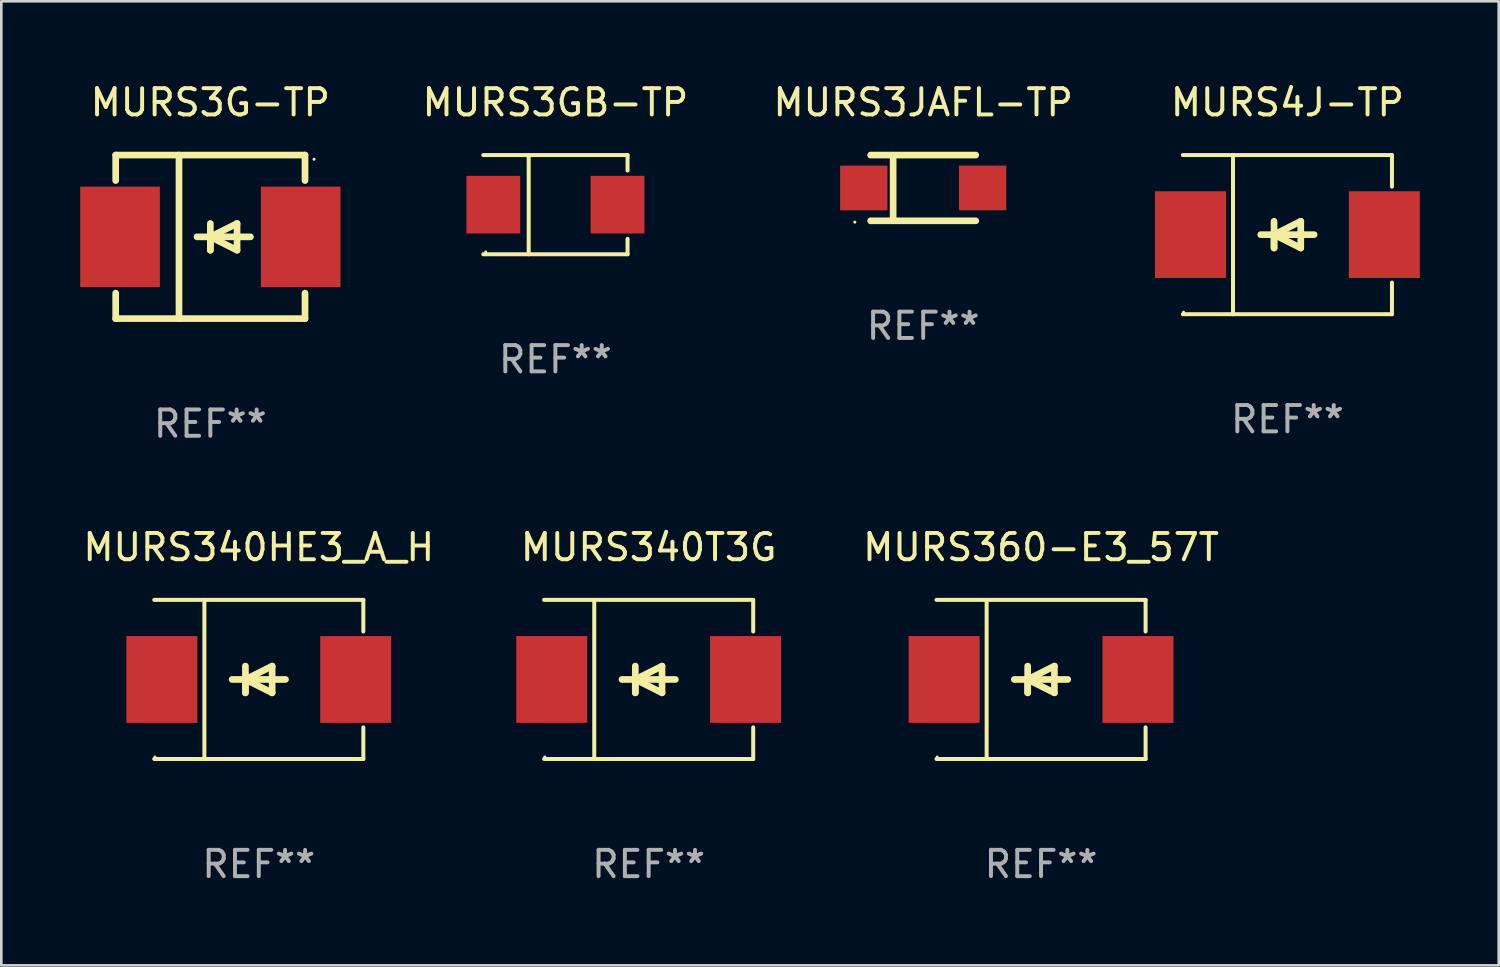
<source format=kicad_pcb>
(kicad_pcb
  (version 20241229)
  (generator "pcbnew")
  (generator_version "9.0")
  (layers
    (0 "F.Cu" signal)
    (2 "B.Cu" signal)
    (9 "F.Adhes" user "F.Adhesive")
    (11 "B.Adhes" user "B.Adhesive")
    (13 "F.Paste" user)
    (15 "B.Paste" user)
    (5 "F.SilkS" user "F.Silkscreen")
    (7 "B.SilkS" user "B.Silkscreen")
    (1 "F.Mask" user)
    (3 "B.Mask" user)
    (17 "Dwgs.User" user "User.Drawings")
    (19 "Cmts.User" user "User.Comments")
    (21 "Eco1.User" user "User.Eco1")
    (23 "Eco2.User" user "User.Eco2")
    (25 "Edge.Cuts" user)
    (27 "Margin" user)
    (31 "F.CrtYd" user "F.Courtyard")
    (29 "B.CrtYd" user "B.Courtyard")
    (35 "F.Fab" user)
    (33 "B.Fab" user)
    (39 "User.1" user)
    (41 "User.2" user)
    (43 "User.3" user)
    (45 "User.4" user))
  (footprint "MURS3JAFL-TP"
    (layer "F.Cu")
    (at 32.061 4.098)
    (property "Reference" "MURS3JAFL-TP" (at 0 -3.25 0) (layer "F.SilkS") (effects (font (size 1 1) (thickness 0.15))))
    (attr through_hole)
    (fp_line (start -1.999 -1.25) (end 1.999 -1.25) (stroke (width 0.254) (type solid)) (layer "F.SilkS"))
    (fp_line (start -1.143 -1.245) (end -1.143 1.245) (stroke (width 0.254) (type solid)) (layer "F.SilkS"))
    (fp_line (start 1.999 1.25) (end -1.999 1.25) (stroke (width 0.254) (type solid)) (layer "F.SilkS"))
    (fp_circle (center -2.6 1.3) (end -2.57 1.3) (stroke (width 0.06) (type solid)) (fill no) (layer "F.SilkS"))
    (fp_text user "REF**" (at 0 5.25 0) (layer "F.Fab") (effects (font (size 1 1) (thickness 0.15))))
    (pad "1" smd rect (at -2.26 0) (size 1.8 1.7) (layers "F.Cu" "F.Mask" "F.Paste"))
    (pad "2" smd rect (at 2.26 0) (size 1.8 1.7) (layers "F.Cu" "F.Mask" "F.Paste")))
  (footprint "MURS340T3G"
    (layer "F.Cu")
    (at 21.62 22.791)
    (property "Reference" "MURS340T3G" (at 0 -5.026 0) (layer "F.SilkS") (effects (font (size 1 1) (thickness 0.15))))
    (attr through_hole)
    (fp_line (start -3.976 -3.026) (end 3.976 -3.026) (stroke (width 0.152) (type solid)) (layer "F.SilkS"))
    (fp_line (start -3.976 3.026) (end 3.976 3.026) (stroke (width 0.152) (type solid)) (layer "F.SilkS"))
    (fp_line (start -2.069 -3.026) (end -2.069 3.026) (stroke (width 0.152) (type solid)) (layer "F.SilkS"))
    (fp_line (start -0.508 0) (end -0.508 0.508) (stroke (width 0.254) (type solid)) (layer "F.SilkS"))
    (fp_line (start -0.508 0) (end 0.508 0.508) (stroke (width 0.254) (type solid)) (layer "F.SilkS"))
    (fp_line (start -0.508 0.508) (end -0.508 -0.508) (stroke (width 0.254) (type solid)) (layer "F.SilkS"))
    (fp_line (start 0.508 -0.508) (end -0.508 0) (stroke (width 0.254) (type solid)) (layer "F.SilkS"))
    (fp_line (start 0.508 0.508) (end 0.508 -0.508) (stroke (width 0.254) (type solid)) (layer "F.SilkS"))
    (fp_line (start 1.016 0) (end -1.016 0) (stroke (width 0.254) (type solid)) (layer "F.SilkS"))
    (fp_line (start 3.976 -3.026) (end 3.976 -1.823) (stroke (width 0.152) (type solid)) (layer "F.SilkS"))
    (fp_line (start 3.976 3.026) (end 3.976 1.823) (stroke (width 0.152) (type solid)) (layer "F.SilkS"))
    (fp_circle (center -3.95 2.95) (end -3.92 2.95) (stroke (width 0.06) (type solid)) (fill no) (layer "F.SilkS"))
    (fp_text user "REF**" (at 0 7.026 0) (layer "F.Fab") (effects (font (size 1 1) (thickness 0.15))))
    (pad "1" smd rect (at -3.686 0) (size 2.7 3.3) (layers "F.Cu" "F.Mask" "F.Paste"))
    (pad "2" smd rect (at 3.686 0) (size 2.7 3.3) (layers "F.Cu" "F.Mask" "F.Paste")))
  (footprint "MURS360-E3_57T"
    (layer "F.Cu")
    (at 36.543 22.791)
    (property "Reference" "MURS360-E3_57T" (at 0 -5.026 0) (layer "F.SilkS") (effects (font (size 1 1) (thickness 0.15))))
    (attr through_hole)
    (fp_line (start -3.976 -3.026) (end 3.976 -3.026) (stroke (width 0.152) (type solid)) (layer "F.SilkS"))
    (fp_line (start -3.976 3.026) (end 3.976 3.026) (stroke (width 0.152) (type solid)) (layer "F.SilkS"))
    (fp_line (start -2.069 -3.026) (end -2.069 3.026) (stroke (width 0.152) (type solid)) (layer "F.SilkS"))
    (fp_line (start -0.508 0) (end -0.508 0.508) (stroke (width 0.254) (type solid)) (layer "F.SilkS"))
    (fp_line (start -0.508 0) (end 0.508 0.508) (stroke (width 0.254) (type solid)) (layer "F.SilkS"))
    (fp_line (start -0.508 0.508) (end -0.508 -0.508) (stroke (width 0.254) (type solid)) (layer "F.SilkS"))
    (fp_line (start 0.508 -0.508) (end -0.508 0) (stroke (width 0.254) (type solid)) (layer "F.SilkS"))
    (fp_line (start 0.508 0.508) (end 0.508 -0.508) (stroke (width 0.254) (type solid)) (layer "F.SilkS"))
    (fp_line (start 1.016 0) (end -1.016 0) (stroke (width 0.254) (type solid)) (layer "F.SilkS"))
    (fp_line (start 3.976 -3.026) (end 3.976 -1.823) (stroke (width 0.152) (type solid)) (layer "F.SilkS"))
    (fp_line (start 3.976 3.026) (end 3.976 1.823) (stroke (width 0.152) (type solid)) (layer "F.SilkS"))
    (fp_circle (center -3.95 2.95) (end -3.92 2.95) (stroke (width 0.06) (type solid)) (fill no) (layer "F.SilkS"))
    (fp_text user "REF**" (at 0 7.026 0) (layer "F.Fab") (effects (font (size 1 1) (thickness 0.15))))
    (pad "1" smd rect (at -3.686 0) (size 2.7 3.3) (layers "F.Cu" "F.Mask" "F.Paste"))
    (pad "2" smd rect (at 3.686 0) (size 2.7 3.3) (layers "F.Cu" "F.Mask" "F.Paste")))
  (footprint "MURS340HE3_A_H"
    (layer "F.Cu")
    (at 6.792 22.791)
    (property "Reference" "MURS340HE3_A_H" (at 0 -5.026 0) (layer "F.SilkS") (effects (font (size 1 1) (thickness 0.15))))
    (attr through_hole)
    (fp_line (start -3.976 -3.026) (end 3.976 -3.026) (stroke (width 0.152) (type solid)) (layer "F.SilkS"))
    (fp_line (start -3.976 3.026) (end 3.976 3.026) (stroke (width 0.152) (type solid)) (layer "F.SilkS"))
    (fp_line (start -2.069 -3.026) (end -2.069 3.026) (stroke (width 0.152) (type solid)) (layer "F.SilkS"))
    (fp_line (start -0.508 0) (end -0.508 0.508) (stroke (width 0.254) (type solid)) (layer "F.SilkS"))
    (fp_line (start -0.508 0) (end 0.508 0.508) (stroke (width 0.254) (type solid)) (layer "F.SilkS"))
    (fp_line (start -0.508 0.508) (end -0.508 -0.508) (stroke (width 0.254) (type solid)) (layer "F.SilkS"))
    (fp_line (start 0.508 -0.508) (end -0.508 0) (stroke (width 0.254) (type solid)) (layer "F.SilkS"))
    (fp_line (start 0.508 0.508) (end 0.508 -0.508) (stroke (width 0.254) (type solid)) (layer "F.SilkS"))
    (fp_line (start 1.016 0) (end -1.016 0) (stroke (width 0.254) (type solid)) (layer "F.SilkS"))
    (fp_line (start 3.976 -3.026) (end 3.976 -1.823) (stroke (width 0.152) (type solid)) (layer "F.SilkS"))
    (fp_line (start 3.976 3.026) (end 3.976 1.823) (stroke (width 0.152) (type solid)) (layer "F.SilkS"))
    (fp_circle (center -3.95 2.95) (end -3.92 2.95) (stroke (width 0.06) (type solid)) (fill no) (layer "F.SilkS"))
    (fp_text user "REF**" (at 0 7.026 0) (layer "F.Fab") (effects (font (size 1 1) (thickness 0.15))))
    (pad "1" smd rect (at -3.686 0) (size 2.7 3.3) (layers "F.Cu" "F.Mask" "F.Paste"))
    (pad "2" smd rect (at 3.686 0) (size 2.7 3.3) (layers "F.Cu" "F.Mask" "F.Paste")))
  (footprint "MURS3G-TP"
    (layer "F.Cu")
    (at 4.95 5.958)
    (property "Reference" "MURS3G-TP" (at 0 -5.11 0) (layer "F.SilkS") (effects (font (size 1 1) (thickness 0.15))))
    (attr through_hole)
    (fp_line (start -3.6 -3.11) (end -3.6 -2.141) (stroke (width 0.254) (type solid)) (layer "F.SilkS"))
    (fp_line (start -3.6 -3.11) (end 3.6 -3.11) (stroke (width 0.254) (type solid)) (layer "F.SilkS"))
    (fp_line (start -3.6 2.141) (end -3.6 3.11) (stroke (width 0.254) (type solid)) (layer "F.SilkS"))
    (fp_line (start -3.6 3.11) (end 3.6 3.11) (stroke (width 0.254) (type solid)) (layer "F.SilkS"))
    (fp_line (start -1.192 -3.11) (end -1.192 3.11) (stroke (width 0.254) (type solid)) (layer "F.SilkS"))
    (fp_line (start 0 0) (end 0 0.508) (stroke (width 0.254) (type solid)) (layer "F.SilkS"))
    (fp_line (start 0 0) (end 1.016 0.508) (stroke (width 0.254) (type solid)) (layer "F.SilkS"))
    (fp_line (start 0 0.508) (end 0 -0.508) (stroke (width 0.254) (type solid)) (layer "F.SilkS"))
    (fp_line (start 1.016 -0.508) (end 0 0) (stroke (width 0.254) (type solid)) (layer "F.SilkS"))
    (fp_line (start 1.016 0.508) (end 1.016 -0.508) (stroke (width 0.254) (type solid)) (layer "F.SilkS"))
    (fp_line (start 1.524 0) (end -0.508 0) (stroke (width 0.254) (type solid)) (layer "F.SilkS"))
    (fp_line (start 3.6 -3.11) (end 3.6 -2.141) (stroke (width 0.254) (type solid)) (layer "F.SilkS"))
    (fp_line (start 3.6 2.141) (end 3.6 3.11) (stroke (width 0.254) (type solid)) (layer "F.SilkS"))
    (fp_circle (center 3.943 -2.952) (end 3.973 -2.952) (stroke (width 0.06) (type solid)) (fill no) (layer "F.SilkS"))
    (fp_text user "REF**" (at 0 7.11 0) (layer "F.Fab") (effects (font (size 1 1) (thickness 0.15))))
    (pad "1" smd rect (at 3.435 0 180) (size 3.03 3.82) (layers "F.Cu" "F.Mask" "F.Paste"))
    (pad "2" smd rect (at -3.435 0 180) (size 3.03 3.82) (layers "F.Cu" "F.Mask" "F.Paste")))
  (footprint "MURS3GB-TP"
    (layer "F.Cu")
    (at 18.073 4.734)
    (property "Reference" "MURS3GB-TP" (at 0 -3.886 0) (layer "F.SilkS") (effects (font (size 1 1) (thickness 0.15))))
    (attr through_hole)
    (fp_line (start -2.744 -1.886) (end 2.744 -1.886) (stroke (width 0.152) (type solid)) (layer "F.SilkS"))
    (fp_line (start -2.744 1.886) (end 2.744 1.886) (stroke (width 0.152) (type solid)) (layer "F.SilkS"))
    (fp_line (start -1.016 -1.886) (end -1.016 1.886) (stroke (width 0.152) (type solid)) (layer "F.SilkS"))
    (fp_line (start 2.744 -1.886) (end 2.744 -1.299) (stroke (width 0.152) (type solid)) (layer "F.SilkS"))
    (fp_line (start 2.744 1.886) (end 2.744 1.299) (stroke (width 0.152) (type solid)) (layer "F.SilkS"))
    (fp_circle (center -2.65 1.8) (end -2.62 1.8) (stroke (width 0.06) (type solid)) (fill no) (layer "F.SilkS"))
    (fp_text user "REF**" (at 0 5.886 0) (layer "F.Fab") (effects (font (size 1 1) (thickness 0.15))))
    (pad "1" smd rect (at -2.361 0) (size 2.047 2.192) (layers "F.Cu" "F.Mask" "F.Paste"))
    (pad "2" smd rect (at 2.361 0) (size 2.047 2.192) (layers "F.Cu" "F.Mask" "F.Paste")))
  (footprint "MURS4J-TP"
    (layer "F.Cu")
    (at 45.913 5.874)
    (property "Reference" "MURS4J-TP" (at 0 -5.026 0) (layer "F.SilkS") (effects (font (size 1 1) (thickness 0.15))))
    (attr through_hole)
    (fp_line (start -3.976 -3.026) (end 3.976 -3.026) (stroke (width 0.152) (type solid)) (layer "F.SilkS"))
    (fp_line (start -3.976 3.026) (end 3.976 3.026) (stroke (width 0.152) (type solid)) (layer "F.SilkS"))
    (fp_line (start -2.069 -3.026) (end -2.069 3.026) (stroke (width 0.152) (type solid)) (layer "F.SilkS"))
    (fp_line (start -0.508 0) (end -0.508 0.508) (stroke (width 0.254) (type solid)) (layer "F.SilkS"))
    (fp_line (start -0.508 0) (end 0.508 0.508) (stroke (width 0.254) (type solid)) (layer "F.SilkS"))
    (fp_line (start -0.508 0.508) (end -0.508 -0.508) (stroke (width 0.254) (type solid)) (layer "F.SilkS"))
    (fp_line (start 0.508 -0.508) (end -0.508 0) (stroke (width 0.254) (type solid)) (layer "F.SilkS"))
    (fp_line (start 0.508 0.508) (end 0.508 -0.508) (stroke (width 0.254) (type solid)) (layer "F.SilkS"))
    (fp_line (start 1.016 0) (end -1.016 0) (stroke (width 0.254) (type solid)) (layer "F.SilkS"))
    (fp_line (start 3.976 -3.026) (end 3.976 -1.823) (stroke (width 0.152) (type solid)) (layer "F.SilkS"))
    (fp_line (start 3.976 3.026) (end 3.976 1.823) (stroke (width 0.152) (type solid)) (layer "F.SilkS"))
    (fp_circle (center -3.95 2.95) (end -3.92 2.95) (stroke (width 0.06) (type solid)) (fill no) (layer "F.SilkS"))
    (fp_text user "REF**" (at 0 7.026 0) (layer "F.Fab") (effects (font (size 1 1) (thickness 0.15))))
    (pad "1" smd rect (at -3.686 0) (size 2.7 3.3) (layers "F.Cu" "F.Mask" "F.Paste"))
    (pad "2" smd rect (at 3.686 0) (size 2.7 3.3) (layers "F.Cu" "F.Mask" "F.Paste")))
  (gr_rect
    (start -3 -3)
    (end 53.949 33.665)
    (stroke (width 0.1) (type default))
    (fill no)
    (layer "Edge.Cuts")))
</source>
